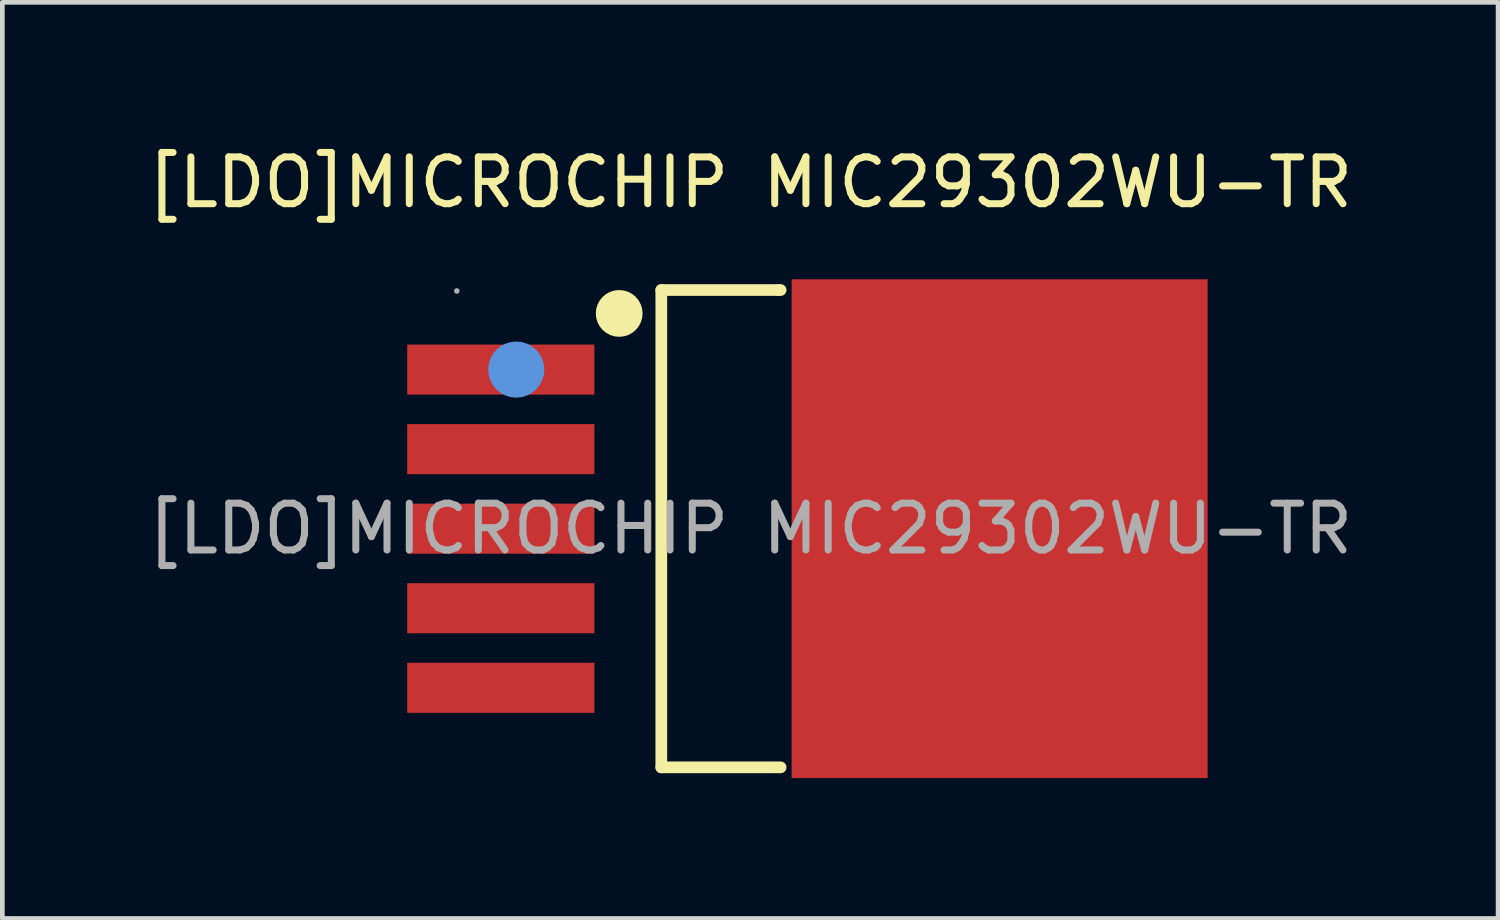
<source format=kicad_pcb>
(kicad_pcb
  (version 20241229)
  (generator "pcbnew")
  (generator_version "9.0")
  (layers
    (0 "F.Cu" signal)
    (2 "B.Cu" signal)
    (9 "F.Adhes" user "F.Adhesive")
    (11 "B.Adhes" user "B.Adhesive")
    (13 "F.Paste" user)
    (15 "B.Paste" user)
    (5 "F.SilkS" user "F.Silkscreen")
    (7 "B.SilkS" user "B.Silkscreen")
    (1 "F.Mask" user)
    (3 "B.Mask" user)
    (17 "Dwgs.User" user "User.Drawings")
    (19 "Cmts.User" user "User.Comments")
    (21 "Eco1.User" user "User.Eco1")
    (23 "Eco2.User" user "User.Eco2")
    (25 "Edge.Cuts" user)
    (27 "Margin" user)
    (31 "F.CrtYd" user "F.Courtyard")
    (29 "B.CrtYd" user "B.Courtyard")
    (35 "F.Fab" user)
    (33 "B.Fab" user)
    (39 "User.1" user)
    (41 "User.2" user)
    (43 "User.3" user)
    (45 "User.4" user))
  (footprint "[LDO]MICROCHIP MIC29302WU-TR"
    (layer "F.Cu")
    (at 12.982 8.248)
    (property "Reference" "[LDO]MICROCHIP MIC29302WU-TR" (at 0 -7.4 0) (layer "F.SilkS") (effects (font (size 1 1) (thickness 0.15))))
    (attr smd)
    (fp_line (start -1.9 -5.1) (end -1.9 5.1) (stroke (width 0.25) (type solid)) (layer "F.SilkS"))
    (fp_line (start -1.9 5.1) (end 0.65 5.1) (stroke (width 0.25) (type solid)) (layer "F.SilkS"))
    (fp_line (start 0.6 -5.1) (end -1.9 -5.1) (stroke (width 0.25) (type solid)) (layer "F.SilkS"))
    (fp_line (start 0.6 -5.1) (end 0.65 -5.1) (stroke (width 0.25) (type solid)) (layer "F.SilkS"))
    (fp_circle (center -2.8 -4.6) (end -2.55 -4.6) (stroke (width 0.5) (type solid)) (fill no) (layer "F.SilkS"))
    (fp_circle (center -5 -3.4) (end -4.7 -3.4) (stroke (width 0.6) (type solid)) (fill no) (layer "Cmts.User"))
    (fp_circle (center -6.27 -5.08) (end -6.24 -5.08) (stroke (width 0.06) (type solid)) (fill no) (layer "F.Fab"))
    (fp_text user "${REFERENCE}" (at 0 0 0) (layer "F.Fab") (effects (font (size 1 1) (thickness 0.15))))
    (pad "1" smd rect (at -5.33 -3.4) (size 4 1.07) (layers "F.Cu" "F.Mask" "F.Paste"))
    (pad "2" smd rect (at -5.33 -1.7) (size 4 1.07) (layers "F.Cu" "F.Mask" "F.Paste"))
    (pad "3" smd rect (at -5.33 0) (size 4 1.07) (layers "F.Cu" "F.Mask" "F.Paste"))
    (pad "4" smd rect (at -5.33 1.7) (size 4 1.07) (layers "F.Cu" "F.Mask" "F.Paste"))
    (pad "5" smd rect (at -5.33 3.4) (size 4 1.07) (layers "F.Cu" "F.Mask" "F.Paste"))
    (pad "6" smd rect (at 5.33 0 270) (size 10.66 8.89) (layers "F.Cu" "F.Mask" "F.Paste")))
  (gr_rect
    (start -3 -3)
    (end 28.964 16.578)
    (stroke (width 0.1) (type default))
    (fill no)
    (layer "Edge.Cuts")))
</source>
